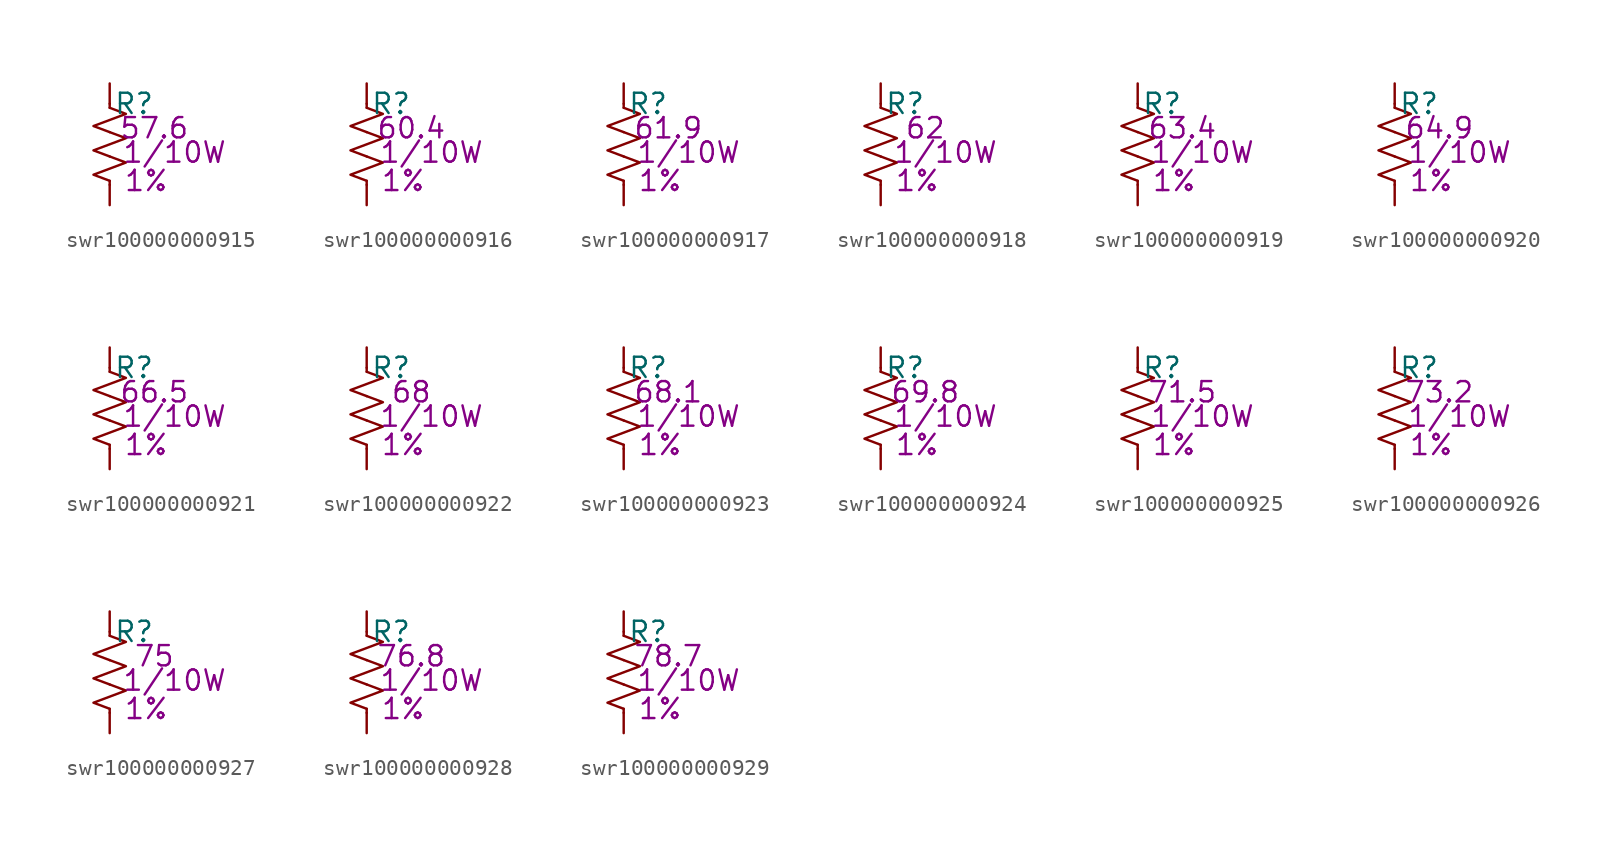
<source format=kicad_sym>
(kicad_symbol_lib
  (version 20211014)
  (generator kicad_symbol_editor)
  (symbol "swr100000000915"
    (pin_numbers hide)
    (pin_names
      (offset 1.016))
    (property "Reference" "R"
      (at 1.524 2.54 0)
      (effects (font (size 1.27 1.27))))
    (property "Tolerance" "1%"
      (at 2.286 -2.286 0)
      (effects (font (size 1.27 1.27))))
    (property "Wattage" "1/10W"
      (at 4.064 -0.508 0)
      (effects (font (size 1.27 1.27))))
    (property "PartValue" "57.6"
      (at 2.794 1.016 0)
      (effects (font (size 1.27 1.27))))
    (symbol "swr100000000915_1_1"
      (polyline (pts (xy 0 -2.286) (xy 0 -2.54)) (stroke (width 0) (type default) (color 0 0 0 0)) (fill (type none)))
      (polyline (pts (xy 0 2.286) (xy 0 2.54)) (stroke (width 0) (type default) (color 0 0 0 0)) (fill (type none)))
      (polyline (pts (xy 0 -0.762) (xy 1.016 -1.143) (xy 0 -1.524) (xy -1.016 -1.905) (xy 0 -2.286)) (stroke (width 0) (type default) (color 0 0 0 0)) (fill (type none)))
      (polyline (pts (xy 0 0.762) (xy 1.016 0.381) (xy 0 0) (xy -1.016 -0.381) (xy 0 -0.762)) (stroke (width 0) (type default) (color 0 0 0 0)) (fill (type none)))
      (polyline (pts (xy 0 2.286) (xy 1.016 1.905) (xy 0 1.524) (xy -1.016 1.143) (xy 0 0.762)) (stroke (width 0) (type default) (color 0 0 0 0)) (fill (type none)))
      (pin passive line (at 0 3.81 270) (length 1.27) (name "~" (effects (font (size 1.27 1.27)))) (number "1" (effects (font (size 1.27 1.27)))))
      (pin passive line (at 0 -3.81 90) (length 1.27) (name "~" (effects (font (size 1.27 1.27)))) (number "2" (effects (font (size 1.27 1.27)))))))
  (symbol "swr100000000916"
    (pin_numbers hide)
    (pin_names
      (offset 1.016))
    (property "Reference" "R"
      (at 1.524 2.54 0)
      (effects (font (size 1.27 1.27))))
    (property "Tolerance" "1%"
      (at 2.286 -2.286 0)
      (effects (font (size 1.27 1.27))))
    (property "Wattage" "1/10W"
      (at 4.064 -0.508 0)
      (effects (font (size 1.27 1.27))))
    (property "PartValue" "60.4"
      (at 2.794 1.016 0)
      (effects (font (size 1.27 1.27))))
    (symbol "swr100000000916_1_1"
      (polyline (pts (xy 0 -2.286) (xy 0 -2.54)) (stroke (width 0) (type default) (color 0 0 0 0)) (fill (type none)))
      (polyline (pts (xy 0 2.286) (xy 0 2.54)) (stroke (width 0) (type default) (color 0 0 0 0)) (fill (type none)))
      (polyline (pts (xy 0 -0.762) (xy 1.016 -1.143) (xy 0 -1.524) (xy -1.016 -1.905) (xy 0 -2.286)) (stroke (width 0) (type default) (color 0 0 0 0)) (fill (type none)))
      (polyline (pts (xy 0 0.762) (xy 1.016 0.381) (xy 0 0) (xy -1.016 -0.381) (xy 0 -0.762)) (stroke (width 0) (type default) (color 0 0 0 0)) (fill (type none)))
      (polyline (pts (xy 0 2.286) (xy 1.016 1.905) (xy 0 1.524) (xy -1.016 1.143) (xy 0 0.762)) (stroke (width 0) (type default) (color 0 0 0 0)) (fill (type none)))
      (pin passive line (at 0 3.81 270) (length 1.27) (name "~" (effects (font (size 1.27 1.27)))) (number "1" (effects (font (size 1.27 1.27)))))
      (pin passive line (at 0 -3.81 90) (length 1.27) (name "~" (effects (font (size 1.27 1.27)))) (number "2" (effects (font (size 1.27 1.27)))))))
  (symbol "swr100000000917"
    (pin_numbers hide)
    (pin_names
      (offset 1.016))
    (property "Reference" "R"
      (at 1.524 2.54 0)
      (effects (font (size 1.27 1.27))))
    (property "Tolerance" "1%"
      (at 2.286 -2.286 0)
      (effects (font (size 1.27 1.27))))
    (property "Wattage" "1/10W"
      (at 4.064 -0.508 0)
      (effects (font (size 1.27 1.27))))
    (property "PartValue" "61.9"
      (at 2.794 1.016 0)
      (effects (font (size 1.27 1.27))))
    (symbol "swr100000000917_1_1"
      (polyline (pts (xy 0 -2.286) (xy 0 -2.54)) (stroke (width 0) (type default) (color 0 0 0 0)) (fill (type none)))
      (polyline (pts (xy 0 2.286) (xy 0 2.54)) (stroke (width 0) (type default) (color 0 0 0 0)) (fill (type none)))
      (polyline (pts (xy 0 -0.762) (xy 1.016 -1.143) (xy 0 -1.524) (xy -1.016 -1.905) (xy 0 -2.286)) (stroke (width 0) (type default) (color 0 0 0 0)) (fill (type none)))
      (polyline (pts (xy 0 0.762) (xy 1.016 0.381) (xy 0 0) (xy -1.016 -0.381) (xy 0 -0.762)) (stroke (width 0) (type default) (color 0 0 0 0)) (fill (type none)))
      (polyline (pts (xy 0 2.286) (xy 1.016 1.905) (xy 0 1.524) (xy -1.016 1.143) (xy 0 0.762)) (stroke (width 0) (type default) (color 0 0 0 0)) (fill (type none)))
      (pin passive line (at 0 3.81 270) (length 1.27) (name "~" (effects (font (size 1.27 1.27)))) (number "1" (effects (font (size 1.27 1.27)))))
      (pin passive line (at 0 -3.81 90) (length 1.27) (name "~" (effects (font (size 1.27 1.27)))) (number "2" (effects (font (size 1.27 1.27)))))))
  (symbol "swr100000000918"
    (pin_numbers hide)
    (pin_names
      (offset 1.016))
    (property "Reference" "R"
      (at 1.524 2.54 0)
      (effects (font (size 1.27 1.27))))
    (property "Tolerance" "1%"
      (at 2.286 -2.286 0)
      (effects (font (size 1.27 1.27))))
    (property "Wattage" "1/10W"
      (at 4.064 -0.508 0)
      (effects (font (size 1.27 1.27))))
    (property "PartValue" "62"
      (at 2.794 1.016 0)
      (effects (font (size 1.27 1.27))))
    (symbol "swr100000000918_1_1"
      (polyline (pts (xy 0 -2.286) (xy 0 -2.54)) (stroke (width 0) (type default) (color 0 0 0 0)) (fill (type none)))
      (polyline (pts (xy 0 2.286) (xy 0 2.54)) (stroke (width 0) (type default) (color 0 0 0 0)) (fill (type none)))
      (polyline (pts (xy 0 -0.762) (xy 1.016 -1.143) (xy 0 -1.524) (xy -1.016 -1.905) (xy 0 -2.286)) (stroke (width 0) (type default) (color 0 0 0 0)) (fill (type none)))
      (polyline (pts (xy 0 0.762) (xy 1.016 0.381) (xy 0 0) (xy -1.016 -0.381) (xy 0 -0.762)) (stroke (width 0) (type default) (color 0 0 0 0)) (fill (type none)))
      (polyline (pts (xy 0 2.286) (xy 1.016 1.905) (xy 0 1.524) (xy -1.016 1.143) (xy 0 0.762)) (stroke (width 0) (type default) (color 0 0 0 0)) (fill (type none)))
      (pin passive line (at 0 3.81 270) (length 1.27) (name "~" (effects (font (size 1.27 1.27)))) (number "1" (effects (font (size 1.27 1.27)))))
      (pin passive line (at 0 -3.81 90) (length 1.27) (name "~" (effects (font (size 1.27 1.27)))) (number "2" (effects (font (size 1.27 1.27)))))))
  (symbol "swr100000000919"
    (pin_numbers hide)
    (pin_names
      (offset 1.016))
    (property "Reference" "R"
      (at 1.524 2.54 0)
      (effects (font (size 1.27 1.27))))
    (property "Tolerance" "1%"
      (at 2.286 -2.286 0)
      (effects (font (size 1.27 1.27))))
    (property "Wattage" "1/10W"
      (at 4.064 -0.508 0)
      (effects (font (size 1.27 1.27))))
    (property "PartValue" "63.4"
      (at 2.794 1.016 0)
      (effects (font (size 1.27 1.27))))
    (symbol "swr100000000919_1_1"
      (polyline (pts (xy 0 -2.286) (xy 0 -2.54)) (stroke (width 0) (type default) (color 0 0 0 0)) (fill (type none)))
      (polyline (pts (xy 0 2.286) (xy 0 2.54)) (stroke (width 0) (type default) (color 0 0 0 0)) (fill (type none)))
      (polyline (pts (xy 0 -0.762) (xy 1.016 -1.143) (xy 0 -1.524) (xy -1.016 -1.905) (xy 0 -2.286)) (stroke (width 0) (type default) (color 0 0 0 0)) (fill (type none)))
      (polyline (pts (xy 0 0.762) (xy 1.016 0.381) (xy 0 0) (xy -1.016 -0.381) (xy 0 -0.762)) (stroke (width 0) (type default) (color 0 0 0 0)) (fill (type none)))
      (polyline (pts (xy 0 2.286) (xy 1.016 1.905) (xy 0 1.524) (xy -1.016 1.143) (xy 0 0.762)) (stroke (width 0) (type default) (color 0 0 0 0)) (fill (type none)))
      (pin passive line (at 0 3.81 270) (length 1.27) (name "~" (effects (font (size 1.27 1.27)))) (number "1" (effects (font (size 1.27 1.27)))))
      (pin passive line (at 0 -3.81 90) (length 1.27) (name "~" (effects (font (size 1.27 1.27)))) (number "2" (effects (font (size 1.27 1.27)))))))
  (symbol "swr100000000920"
    (pin_numbers hide)
    (pin_names
      (offset 1.016))
    (property "Reference" "R"
      (at 1.524 2.54 0)
      (effects (font (size 1.27 1.27))))
    (property "Tolerance" "1%"
      (at 2.286 -2.286 0)
      (effects (font (size 1.27 1.27))))
    (property "Wattage" "1/10W"
      (at 4.064 -0.508 0)
      (effects (font (size 1.27 1.27))))
    (property "PartValue" "64.9"
      (at 2.794 1.016 0)
      (effects (font (size 1.27 1.27))))
    (symbol "swr100000000920_1_1"
      (polyline (pts (xy 0 -2.286) (xy 0 -2.54)) (stroke (width 0) (type default) (color 0 0 0 0)) (fill (type none)))
      (polyline (pts (xy 0 2.286) (xy 0 2.54)) (stroke (width 0) (type default) (color 0 0 0 0)) (fill (type none)))
      (polyline (pts (xy 0 -0.762) (xy 1.016 -1.143) (xy 0 -1.524) (xy -1.016 -1.905) (xy 0 -2.286)) (stroke (width 0) (type default) (color 0 0 0 0)) (fill (type none)))
      (polyline (pts (xy 0 0.762) (xy 1.016 0.381) (xy 0 0) (xy -1.016 -0.381) (xy 0 -0.762)) (stroke (width 0) (type default) (color 0 0 0 0)) (fill (type none)))
      (polyline (pts (xy 0 2.286) (xy 1.016 1.905) (xy 0 1.524) (xy -1.016 1.143) (xy 0 0.762)) (stroke (width 0) (type default) (color 0 0 0 0)) (fill (type none)))
      (pin passive line (at 0 3.81 270) (length 1.27) (name "~" (effects (font (size 1.27 1.27)))) (number "1" (effects (font (size 1.27 1.27)))))
      (pin passive line (at 0 -3.81 90) (length 1.27) (name "~" (effects (font (size 1.27 1.27)))) (number "2" (effects (font (size 1.27 1.27)))))))
  (symbol "swr100000000921"
    (pin_numbers hide)
    (pin_names
      (offset 1.016))
    (property "Reference" "R"
      (at 1.524 2.54 0)
      (effects (font (size 1.27 1.27))))
    (property "Tolerance" "1%"
      (at 2.286 -2.286 0)
      (effects (font (size 1.27 1.27))))
    (property "Wattage" "1/10W"
      (at 4.064 -0.508 0)
      (effects (font (size 1.27 1.27))))
    (property "PartValue" "66.5"
      (at 2.794 1.016 0)
      (effects (font (size 1.27 1.27))))
    (symbol "swr100000000921_1_1"
      (polyline (pts (xy 0 -2.286) (xy 0 -2.54)) (stroke (width 0) (type default) (color 0 0 0 0)) (fill (type none)))
      (polyline (pts (xy 0 2.286) (xy 0 2.54)) (stroke (width 0) (type default) (color 0 0 0 0)) (fill (type none)))
      (polyline (pts (xy 0 -0.762) (xy 1.016 -1.143) (xy 0 -1.524) (xy -1.016 -1.905) (xy 0 -2.286)) (stroke (width 0) (type default) (color 0 0 0 0)) (fill (type none)))
      (polyline (pts (xy 0 0.762) (xy 1.016 0.381) (xy 0 0) (xy -1.016 -0.381) (xy 0 -0.762)) (stroke (width 0) (type default) (color 0 0 0 0)) (fill (type none)))
      (polyline (pts (xy 0 2.286) (xy 1.016 1.905) (xy 0 1.524) (xy -1.016 1.143) (xy 0 0.762)) (stroke (width 0) (type default) (color 0 0 0 0)) (fill (type none)))
      (pin passive line (at 0 3.81 270) (length 1.27) (name "~" (effects (font (size 1.27 1.27)))) (number "1" (effects (font (size 1.27 1.27)))))
      (pin passive line (at 0 -3.81 90) (length 1.27) (name "~" (effects (font (size 1.27 1.27)))) (number "2" (effects (font (size 1.27 1.27)))))))
  (symbol "swr100000000922"
    (pin_numbers hide)
    (pin_names
      (offset 1.016))
    (property "Reference" "R"
      (at 1.524 2.54 0)
      (effects (font (size 1.27 1.27))))
    (property "Tolerance" "1%"
      (at 2.286 -2.286 0)
      (effects (font (size 1.27 1.27))))
    (property "Wattage" "1/10W"
      (at 4.064 -0.508 0)
      (effects (font (size 1.27 1.27))))
    (property "PartValue" "68"
      (at 2.794 1.016 0)
      (effects (font (size 1.27 1.27))))
    (symbol "swr100000000922_1_1"
      (polyline (pts (xy 0 -2.286) (xy 0 -2.54)) (stroke (width 0) (type default) (color 0 0 0 0)) (fill (type none)))
      (polyline (pts (xy 0 2.286) (xy 0 2.54)) (stroke (width 0) (type default) (color 0 0 0 0)) (fill (type none)))
      (polyline (pts (xy 0 -0.762) (xy 1.016 -1.143) (xy 0 -1.524) (xy -1.016 -1.905) (xy 0 -2.286)) (stroke (width 0) (type default) (color 0 0 0 0)) (fill (type none)))
      (polyline (pts (xy 0 0.762) (xy 1.016 0.381) (xy 0 0) (xy -1.016 -0.381) (xy 0 -0.762)) (stroke (width 0) (type default) (color 0 0 0 0)) (fill (type none)))
      (polyline (pts (xy 0 2.286) (xy 1.016 1.905) (xy 0 1.524) (xy -1.016 1.143) (xy 0 0.762)) (stroke (width 0) (type default) (color 0 0 0 0)) (fill (type none)))
      (pin passive line (at 0 3.81 270) (length 1.27) (name "~" (effects (font (size 1.27 1.27)))) (number "1" (effects (font (size 1.27 1.27)))))
      (pin passive line (at 0 -3.81 90) (length 1.27) (name "~" (effects (font (size 1.27 1.27)))) (number "2" (effects (font (size 1.27 1.27)))))))
  (symbol "swr100000000923"
    (pin_numbers hide)
    (pin_names
      (offset 1.016))
    (property "Reference" "R"
      (at 1.524 2.54 0)
      (effects (font (size 1.27 1.27))))
    (property "Tolerance" "1%"
      (at 2.286 -2.286 0)
      (effects (font (size 1.27 1.27))))
    (property "Wattage" "1/10W"
      (at 4.064 -0.508 0)
      (effects (font (size 1.27 1.27))))
    (property "PartValue" "68.1"
      (at 2.794 1.016 0)
      (effects (font (size 1.27 1.27))))
    (symbol "swr100000000923_1_1"
      (polyline (pts (xy 0 -2.286) (xy 0 -2.54)) (stroke (width 0) (type default) (color 0 0 0 0)) (fill (type none)))
      (polyline (pts (xy 0 2.286) (xy 0 2.54)) (stroke (width 0) (type default) (color 0 0 0 0)) (fill (type none)))
      (polyline (pts (xy 0 -0.762) (xy 1.016 -1.143) (xy 0 -1.524) (xy -1.016 -1.905) (xy 0 -2.286)) (stroke (width 0) (type default) (color 0 0 0 0)) (fill (type none)))
      (polyline (pts (xy 0 0.762) (xy 1.016 0.381) (xy 0 0) (xy -1.016 -0.381) (xy 0 -0.762)) (stroke (width 0) (type default) (color 0 0 0 0)) (fill (type none)))
      (polyline (pts (xy 0 2.286) (xy 1.016 1.905) (xy 0 1.524) (xy -1.016 1.143) (xy 0 0.762)) (stroke (width 0) (type default) (color 0 0 0 0)) (fill (type none)))
      (pin passive line (at 0 3.81 270) (length 1.27) (name "~" (effects (font (size 1.27 1.27)))) (number "1" (effects (font (size 1.27 1.27)))))
      (pin passive line (at 0 -3.81 90) (length 1.27) (name "~" (effects (font (size 1.27 1.27)))) (number "2" (effects (font (size 1.27 1.27)))))))
  (symbol "swr100000000924"
    (pin_numbers hide)
    (pin_names
      (offset 1.016))
    (property "Reference" "R"
      (at 1.524 2.54 0)
      (effects (font (size 1.27 1.27))))
    (property "Tolerance" "1%"
      (at 2.286 -2.286 0)
      (effects (font (size 1.27 1.27))))
    (property "Wattage" "1/10W"
      (at 4.064 -0.508 0)
      (effects (font (size 1.27 1.27))))
    (property "PartValue" "69.8"
      (at 2.794 1.016 0)
      (effects (font (size 1.27 1.27))))
    (symbol "swr100000000924_1_1"
      (polyline (pts (xy 0 -2.286) (xy 0 -2.54)) (stroke (width 0) (type default) (color 0 0 0 0)) (fill (type none)))
      (polyline (pts (xy 0 2.286) (xy 0 2.54)) (stroke (width 0) (type default) (color 0 0 0 0)) (fill (type none)))
      (polyline (pts (xy 0 -0.762) (xy 1.016 -1.143) (xy 0 -1.524) (xy -1.016 -1.905) (xy 0 -2.286)) (stroke (width 0) (type default) (color 0 0 0 0)) (fill (type none)))
      (polyline (pts (xy 0 0.762) (xy 1.016 0.381) (xy 0 0) (xy -1.016 -0.381) (xy 0 -0.762)) (stroke (width 0) (type default) (color 0 0 0 0)) (fill (type none)))
      (polyline (pts (xy 0 2.286) (xy 1.016 1.905) (xy 0 1.524) (xy -1.016 1.143) (xy 0 0.762)) (stroke (width 0) (type default) (color 0 0 0 0)) (fill (type none)))
      (pin passive line (at 0 3.81 270) (length 1.27) (name "~" (effects (font (size 1.27 1.27)))) (number "1" (effects (font (size 1.27 1.27)))))
      (pin passive line (at 0 -3.81 90) (length 1.27) (name "~" (effects (font (size 1.27 1.27)))) (number "2" (effects (font (size 1.27 1.27)))))))
  (symbol "swr100000000925"
    (pin_numbers hide)
    (pin_names
      (offset 1.016))
    (property "Reference" "R"
      (at 1.524 2.54 0)
      (effects (font (size 1.27 1.27))))
    (property "Tolerance" "1%"
      (at 2.286 -2.286 0)
      (effects (font (size 1.27 1.27))))
    (property "Wattage" "1/10W"
      (at 4.064 -0.508 0)
      (effects (font (size 1.27 1.27))))
    (property "PartValue" "71.5"
      (at 2.794 1.016 0)
      (effects (font (size 1.27 1.27))))
    (symbol "swr100000000925_1_1"
      (polyline (pts (xy 0 -2.286) (xy 0 -2.54)) (stroke (width 0) (type default) (color 0 0 0 0)) (fill (type none)))
      (polyline (pts (xy 0 2.286) (xy 0 2.54)) (stroke (width 0) (type default) (color 0 0 0 0)) (fill (type none)))
      (polyline (pts (xy 0 -0.762) (xy 1.016 -1.143) (xy 0 -1.524) (xy -1.016 -1.905) (xy 0 -2.286)) (stroke (width 0) (type default) (color 0 0 0 0)) (fill (type none)))
      (polyline (pts (xy 0 0.762) (xy 1.016 0.381) (xy 0 0) (xy -1.016 -0.381) (xy 0 -0.762)) (stroke (width 0) (type default) (color 0 0 0 0)) (fill (type none)))
      (polyline (pts (xy 0 2.286) (xy 1.016 1.905) (xy 0 1.524) (xy -1.016 1.143) (xy 0 0.762)) (stroke (width 0) (type default) (color 0 0 0 0)) (fill (type none)))
      (pin passive line (at 0 3.81 270) (length 1.27) (name "~" (effects (font (size 1.27 1.27)))) (number "1" (effects (font (size 1.27 1.27)))))
      (pin passive line (at 0 -3.81 90) (length 1.27) (name "~" (effects (font (size 1.27 1.27)))) (number "2" (effects (font (size 1.27 1.27)))))))
  (symbol "swr100000000926"
    (pin_numbers hide)
    (pin_names
      (offset 1.016))
    (property "Reference" "R"
      (at 1.524 2.54 0)
      (effects (font (size 1.27 1.27))))
    (property "Tolerance" "1%"
      (at 2.286 -2.286 0)
      (effects (font (size 1.27 1.27))))
    (property "Wattage" "1/10W"
      (at 4.064 -0.508 0)
      (effects (font (size 1.27 1.27))))
    (property "PartValue" "73.2"
      (at 2.794 1.016 0)
      (effects (font (size 1.27 1.27))))
    (symbol "swr100000000926_1_1"
      (polyline (pts (xy 0 -2.286) (xy 0 -2.54)) (stroke (width 0) (type default) (color 0 0 0 0)) (fill (type none)))
      (polyline (pts (xy 0 2.286) (xy 0 2.54)) (stroke (width 0) (type default) (color 0 0 0 0)) (fill (type none)))
      (polyline (pts (xy 0 -0.762) (xy 1.016 -1.143) (xy 0 -1.524) (xy -1.016 -1.905) (xy 0 -2.286)) (stroke (width 0) (type default) (color 0 0 0 0)) (fill (type none)))
      (polyline (pts (xy 0 0.762) (xy 1.016 0.381) (xy 0 0) (xy -1.016 -0.381) (xy 0 -0.762)) (stroke (width 0) (type default) (color 0 0 0 0)) (fill (type none)))
      (polyline (pts (xy 0 2.286) (xy 1.016 1.905) (xy 0 1.524) (xy -1.016 1.143) (xy 0 0.762)) (stroke (width 0) (type default) (color 0 0 0 0)) (fill (type none)))
      (pin passive line (at 0 3.81 270) (length 1.27) (name "~" (effects (font (size 1.27 1.27)))) (number "1" (effects (font (size 1.27 1.27)))))
      (pin passive line (at 0 -3.81 90) (length 1.27) (name "~" (effects (font (size 1.27 1.27)))) (number "2" (effects (font (size 1.27 1.27)))))))
  (symbol "swr100000000927"
    (pin_numbers hide)
    (pin_names
      (offset 1.016))
    (property "Reference" "R"
      (at 1.524 2.54 0)
      (effects (font (size 1.27 1.27))))
    (property "Tolerance" "1%"
      (at 2.286 -2.286 0)
      (effects (font (size 1.27 1.27))))
    (property "Wattage" "1/10W"
      (at 4.064 -0.508 0)
      (effects (font (size 1.27 1.27))))
    (property "PartValue" "75"
      (at 2.794 1.016 0)
      (effects (font (size 1.27 1.27))))
    (symbol "swr100000000927_1_1"
      (polyline (pts (xy 0 -2.286) (xy 0 -2.54)) (stroke (width 0) (type default) (color 0 0 0 0)) (fill (type none)))
      (polyline (pts (xy 0 2.286) (xy 0 2.54)) (stroke (width 0) (type default) (color 0 0 0 0)) (fill (type none)))
      (polyline (pts (xy 0 -0.762) (xy 1.016 -1.143) (xy 0 -1.524) (xy -1.016 -1.905) (xy 0 -2.286)) (stroke (width 0) (type default) (color 0 0 0 0)) (fill (type none)))
      (polyline (pts (xy 0 0.762) (xy 1.016 0.381) (xy 0 0) (xy -1.016 -0.381) (xy 0 -0.762)) (stroke (width 0) (type default) (color 0 0 0 0)) (fill (type none)))
      (polyline (pts (xy 0 2.286) (xy 1.016 1.905) (xy 0 1.524) (xy -1.016 1.143) (xy 0 0.762)) (stroke (width 0) (type default) (color 0 0 0 0)) (fill (type none)))
      (pin passive line (at 0 3.81 270) (length 1.27) (name "~" (effects (font (size 1.27 1.27)))) (number "1" (effects (font (size 1.27 1.27)))))
      (pin passive line (at 0 -3.81 90) (length 1.27) (name "~" (effects (font (size 1.27 1.27)))) (number "2" (effects (font (size 1.27 1.27)))))))
  (symbol "swr100000000928"
    (pin_numbers hide)
    (pin_names
      (offset 1.016))
    (property "Reference" "R"
      (at 1.524 2.54 0)
      (effects (font (size 1.27 1.27))))
    (property "Tolerance" "1%"
      (at 2.286 -2.286 0)
      (effects (font (size 1.27 1.27))))
    (property "Wattage" "1/10W"
      (at 4.064 -0.508 0)
      (effects (font (size 1.27 1.27))))
    (property "PartValue" "76.8"
      (at 2.794 1.016 0)
      (effects (font (size 1.27 1.27))))
    (symbol "swr100000000928_1_1"
      (polyline (pts (xy 0 -2.286) (xy 0 -2.54)) (stroke (width 0) (type default) (color 0 0 0 0)) (fill (type none)))
      (polyline (pts (xy 0 2.286) (xy 0 2.54)) (stroke (width 0) (type default) (color 0 0 0 0)) (fill (type none)))
      (polyline (pts (xy 0 -0.762) (xy 1.016 -1.143) (xy 0 -1.524) (xy -1.016 -1.905) (xy 0 -2.286)) (stroke (width 0) (type default) (color 0 0 0 0)) (fill (type none)))
      (polyline (pts (xy 0 0.762) (xy 1.016 0.381) (xy 0 0) (xy -1.016 -0.381) (xy 0 -0.762)) (stroke (width 0) (type default) (color 0 0 0 0)) (fill (type none)))
      (polyline (pts (xy 0 2.286) (xy 1.016 1.905) (xy 0 1.524) (xy -1.016 1.143) (xy 0 0.762)) (stroke (width 0) (type default) (color 0 0 0 0)) (fill (type none)))
      (pin passive line (at 0 3.81 270) (length 1.27) (name "~" (effects (font (size 1.27 1.27)))) (number "1" (effects (font (size 1.27 1.27)))))
      (pin passive line (at 0 -3.81 90) (length 1.27) (name "~" (effects (font (size 1.27 1.27)))) (number "2" (effects (font (size 1.27 1.27)))))))
  (symbol "swr100000000929"
    (pin_numbers hide)
    (pin_names
      (offset 1.016))
    (property "Reference" "R"
      (at 1.524 2.54 0)
      (effects (font (size 1.27 1.27))))
    (property "Tolerance" "1%"
      (at 2.286 -2.286 0)
      (effects (font (size 1.27 1.27))))
    (property "Wattage" "1/10W"
      (at 4.064 -0.508 0)
      (effects (font (size 1.27 1.27))))
    (property "PartValue" "78.7"
      (at 2.794 1.016 0)
      (effects (font (size 1.27 1.27))))
    (symbol "swr100000000929_1_1"
      (polyline (pts (xy 0 -2.286) (xy 0 -2.54)) (stroke (width 0) (type default) (color 0 0 0 0)) (fill (type none)))
      (polyline (pts (xy 0 2.286) (xy 0 2.54)) (stroke (width 0) (type default) (color 0 0 0 0)) (fill (type none)))
      (polyline (pts (xy 0 -0.762) (xy 1.016 -1.143) (xy 0 -1.524) (xy -1.016 -1.905) (xy 0 -2.286)) (stroke (width 0) (type default) (color 0 0 0 0)) (fill (type none)))
      (polyline (pts (xy 0 0.762) (xy 1.016 0.381) (xy 0 0) (xy -1.016 -0.381) (xy 0 -0.762)) (stroke (width 0) (type default) (color 0 0 0 0)) (fill (type none)))
      (polyline (pts (xy 0 2.286) (xy 1.016 1.905) (xy 0 1.524) (xy -1.016 1.143) (xy 0 0.762)) (stroke (width 0) (type default) (color 0 0 0 0)) (fill (type none)))
      (pin passive line (at 0 3.81 270) (length 1.27) (name "~" (effects (font (size 1.27 1.27)))) (number "1" (effects (font (size 1.27 1.27)))))
      (pin passive line (at 0 -3.81 90) (length 1.27) (name "~" (effects (font (size 1.27 1.27)))) (number "2" (effects (font (size 1.27 1.27))))))))
</source>
